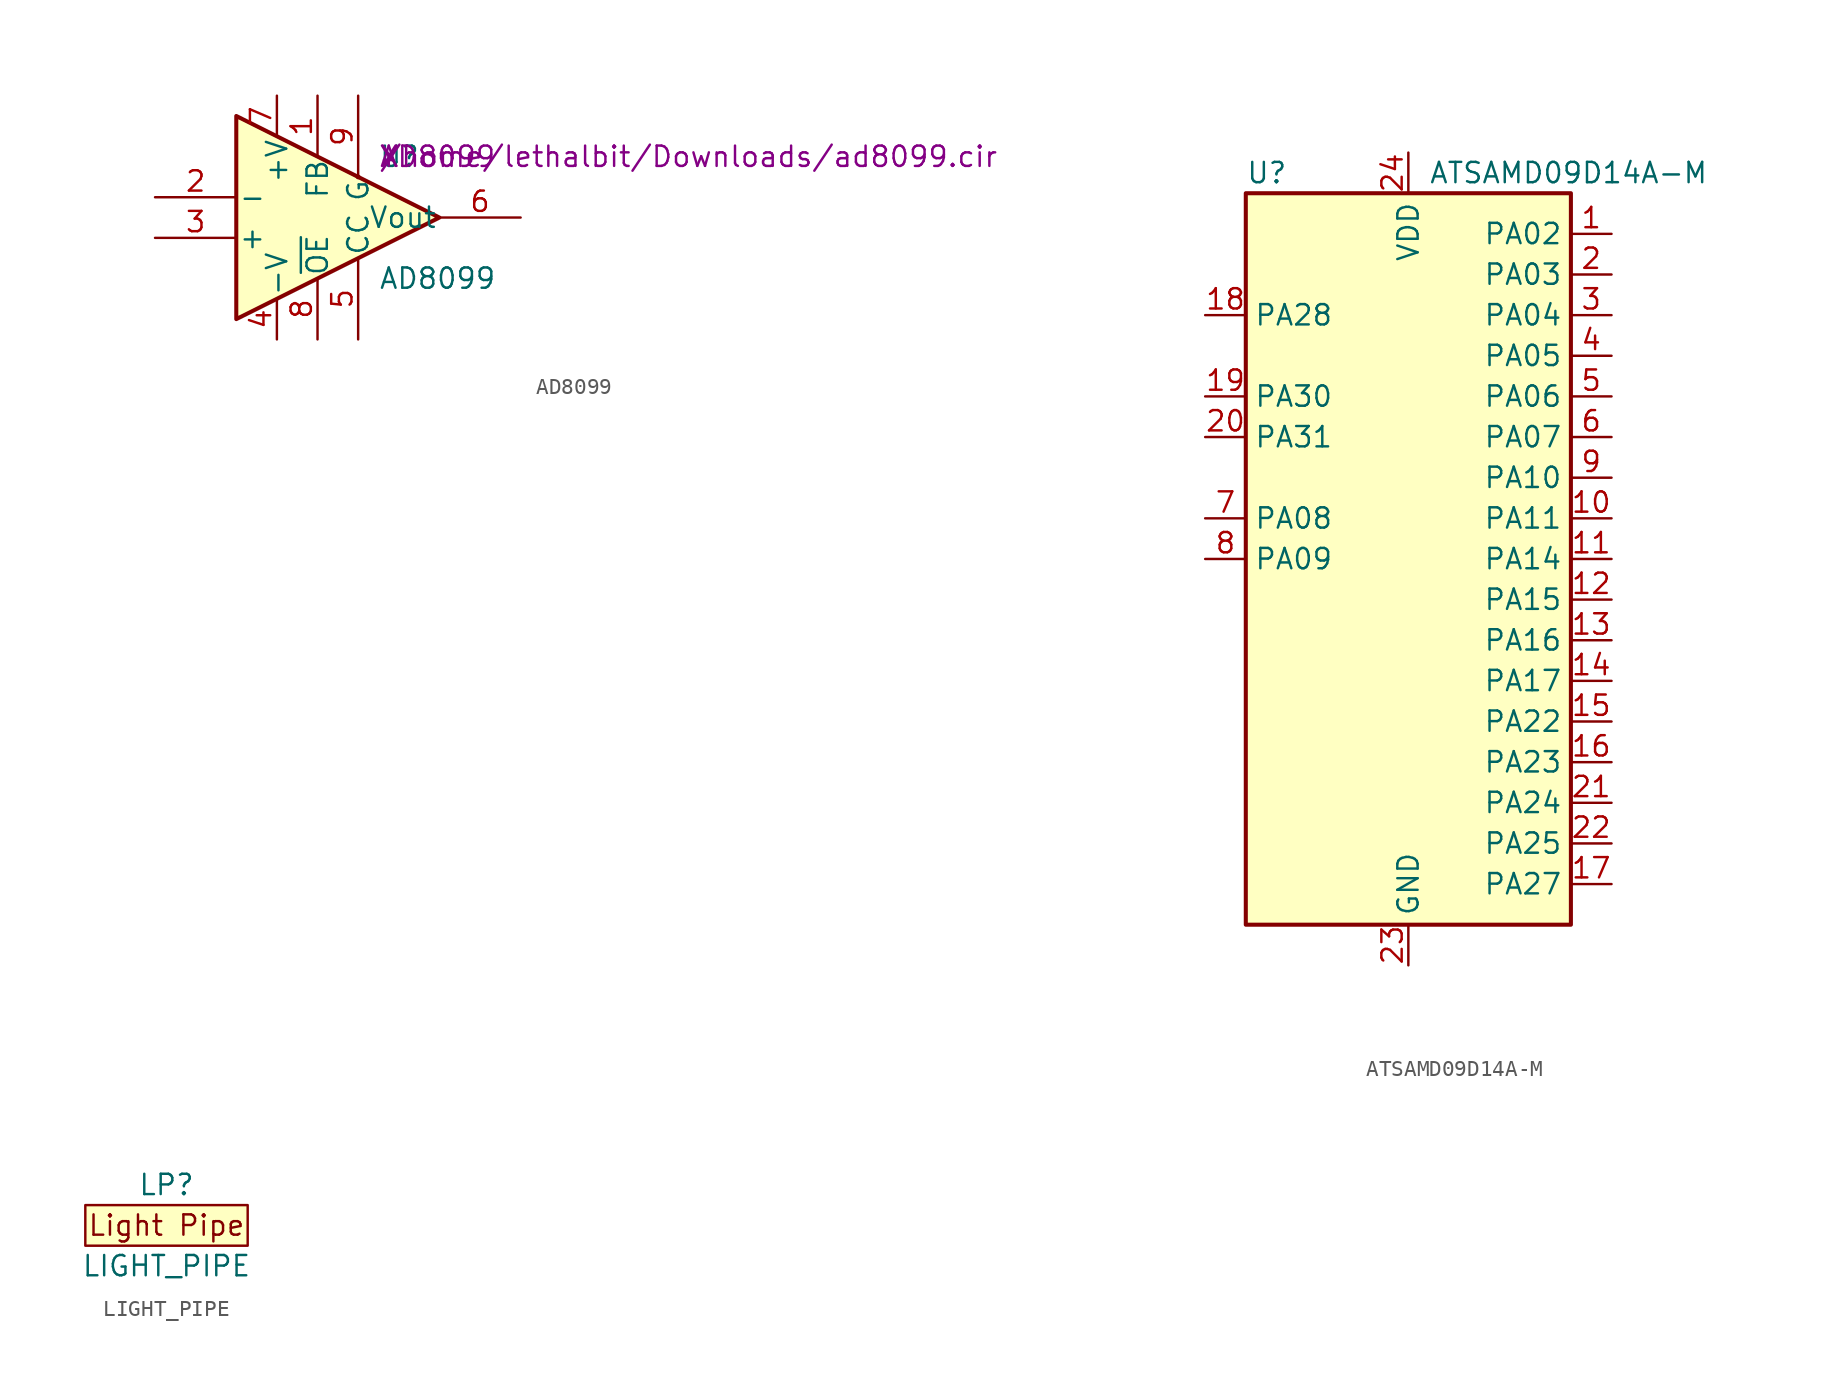
<source format=kicad_sym>
(kicad_symbol_lib
  (version 20211014)
  (generator kicad_symbol_editor)
  (symbol "AD8099"
    (pin_names
      (offset 0.127))
    (property "Reference" "U"
      (at 3.81 3.81 0)
      (effects (font (size 1.27 1.27)) (justify left)))
    (property "Value" "AD8099"
      (at 3.81 -3.81 0)
      (effects (font (size 1.27 1.27)) (justify left)))
    (property "Spice_Primitive" "X"
      (at 3.81 3.81 0)
      (effects (font (size 1.27 1.27)) (justify left)))
    (property "Spice_Model" "AD8099"
      (at 3.81 3.81 0)
      (effects (font (size 1.27 1.27)) (justify left)))
    (property "Spice_Netlist_Enabled" "Y"
      (at 3.81 3.81 0)
      (effects (font (size 1.27 1.27)) (justify left)))
    (property "Spice_Lib_File" "/home/lethalbit/Downloads/ad8099.cir"
      (at 3.81 3.81 0)
      (effects (font (size 1.27 1.27)) (justify left)))
    (symbol "AD8099_0_1"
      (polyline (pts (xy -5.08 6.35) (xy -5.08 -6.35) (xy 7.62 0) (xy -5.08 6.35)) (stroke (width 0.254) (type default) (color 0 0 0 0)) (fill (type background)))
      (circle (center 2.54 2.54) (radius 0.0001) (stroke (width 0) (type default) (color 0 0 0 0)) (fill (type none))))
    (symbol "AD8099_1_1"
      (pin input line (at 0 7.62 270) (length 3.81) (name "FB" (effects (font (size 1.27 1.27)))) (number "1" (effects (font (size 1.27 1.27)))))
      (pin input line (at -10.16 1.27 0) (length 5.08) (name "-" (effects (font (size 1.27 1.27)))) (number "2" (effects (font (size 1.27 1.27)))))
      (pin input line (at -10.16 -1.27 0) (length 5.08) (name "+" (effects (font (size 1.27 1.27)))) (number "3" (effects (font (size 1.27 1.27)))))
      (pin power_in line (at -2.54 -7.62 90) (length 2.54) (name "-V" (effects (font (size 1.27 1.27)))) (number "4" (effects (font (size 1.27 1.27)))))
      (pin passive line (at 2.54 -7.62 90) (length 5.08) (name "CC" (effects (font (size 1.27 1.27)))) (number "5" (effects (font (size 1.27 1.27)))))
      (pin output line (at 12.7 0 180) (length 5.08) (name "Vout" (effects (font (size 1.27 1.27)))) (number "6" (effects (font (size 1.27 1.27)))))
      (pin power_in line (at -2.54 7.62 270) (length 2.54) (name "+V" (effects (font (size 1.27 1.27)))) (number "7" (effects (font (size 1.27 1.27)))))
      (pin input line (at 0 -7.62 90) (length 3.81) (name "~{OE}" (effects (font (size 1.27 1.27)))) (number "8" (effects (font (size 1.27 1.27)))))
      (pin passive line (at 2.54 7.62 270) (length 5.08) (name "G" (effects (font (size 1.27 1.27)))) (number "9" (effects (font (size 1.27 1.27)))))))
  (symbol "ATSAMD09D14A-M"
    (property "Reference" "U"
      (at -10.16 24.13 0)
      (effects (font (size 1.27 1.27)) (justify left)))
    (property "Value" "ATSAMD09D14A-M"
      (at 1.27 24.13 0)
      (effects (font (size 1.27 1.27)) (justify left)))
    (symbol "ATSAMD09D14A-M_0_1"
      (rectangle (start -10.16 22.86) (end 10.16 -22.86) (stroke (width 0.254) (type default) (color 0 0 0 0)) (fill (type background))))
    (symbol "ATSAMD09D14A-M_1_1"
      (pin bidirectional line (at 12.7 20.32 180) (length 2.54) (name "PA02" (effects (font (size 1.27 1.27)))) (number "1" (effects (font (size 1.27 1.27)))) (alternate "AIN0" input line) (alternate "EXTINT2" input line))
      (pin bidirectional line (at 12.7 2.54 180) (length 2.54) (name "PA11" (effects (font (size 1.27 1.27)))) (number "10" (effects (font (size 1.27 1.27)))))
      (pin bidirectional line (at 12.7 0 180) (length 2.54) (name "PA14" (effects (font (size 1.27 1.27)))) (number "11" (effects (font (size 1.27 1.27)))))
      (pin bidirectional line (at 12.7 -2.54 180) (length 2.54) (name "PA15" (effects (font (size 1.27 1.27)))) (number "12" (effects (font (size 1.27 1.27)))))
      (pin bidirectional line (at 12.7 -5.08 180) (length 2.54) (name "PA16" (effects (font (size 1.27 1.27)))) (number "13" (effects (font (size 1.27 1.27)))))
      (pin bidirectional line (at 12.7 -7.62 180) (length 2.54) (name "PA17" (effects (font (size 1.27 1.27)))) (number "14" (effects (font (size 1.27 1.27)))))
      (pin bidirectional line (at 12.7 -10.16 180) (length 2.54) (name "PA22" (effects (font (size 1.27 1.27)))) (number "15" (effects (font (size 1.27 1.27)))))
      (pin bidirectional line (at 12.7 -12.7 180) (length 2.54) (name "PA23" (effects (font (size 1.27 1.27)))) (number "16" (effects (font (size 1.27 1.27)))))
      (pin bidirectional line (at 12.7 -20.32 180) (length 2.54) (name "PA27" (effects (font (size 1.27 1.27)))) (number "17" (effects (font (size 1.27 1.27)))))
      (pin bidirectional line (at -12.7 15.24 0) (length 2.54) (name "PA28" (effects (font (size 1.27 1.27)))) (number "18" (effects (font (size 1.27 1.27)))) (alternate "~{RST}" input line))
      (pin bidirectional line (at -12.7 10.16 0) (length 2.54) (name "PA30" (effects (font (size 1.27 1.27)))) (number "19" (effects (font (size 1.27 1.27)))) (alternate "SWCLK" input clock))
      (pin bidirectional line (at 12.7 17.78 180) (length 2.54) (name "PA03" (effects (font (size 1.27 1.27)))) (number "2" (effects (font (size 1.27 1.27)))) (alternate "AIN1" input line) (alternate "EXTINT3" input line) (alternate "VREFA" power_in line))
      (pin bidirectional line (at -12.7 7.62 0) (length 2.54) (name "PA31" (effects (font (size 1.27 1.27)))) (number "20" (effects (font (size 1.27 1.27)))) (alternate "SWDIO" bidirectional line))
      (pin bidirectional line (at 12.7 -15.24 180) (length 2.54) (name "PA24" (effects (font (size 1.27 1.27)))) (number "21" (effects (font (size 1.27 1.27)))))
      (pin bidirectional line (at 12.7 -17.78 180) (length 2.54) (name "PA25" (effects (font (size 1.27 1.27)))) (number "22" (effects (font (size 1.27 1.27)))))
      (pin power_in line (at 0 -25.4 90) (length 2.54) (name "GND" (effects (font (size 1.27 1.27)))) (number "23" (effects (font (size 1.27 1.27)))))
      (pin power_in line (at 0 25.4 270) (length 2.54) (name "VDD" (effects (font (size 1.27 1.27)))) (number "24" (effects (font (size 1.27 1.27)))))
      (pin passive line (at 0 -25.4 90) (length 2.54) hide (name "GND" (effects (font (size 1.27 1.27)))) (number "25" (effects (font (size 1.27 1.27)))))
      (pin bidirectional line (at 12.7 15.24 180) (length 2.54) (name "PA04" (effects (font (size 1.27 1.27)))) (number "3" (effects (font (size 1.27 1.27)))) (alternate "AIN2" input line) (alternate "EXTINT4" input line) (alternate "SERCCOM0_2" bidirectional line) (alternate "SERCOM0_0" bidirectional line) (alternate "TC1/WO0" bidirectional line) (alternate "VREFB" power_in line))
      (pin bidirectional line (at 12.7 12.7 180) (length 2.54) (name "PA05" (effects (font (size 1.27 1.27)))) (number "4" (effects (font (size 1.27 1.27)))))
      (pin bidirectional line (at 12.7 10.16 180) (length 2.54) (name "PA06" (effects (font (size 1.27 1.27)))) (number "5" (effects (font (size 1.27 1.27)))))
      (pin bidirectional line (at 12.7 7.62 180) (length 2.54) (name "PA07" (effects (font (size 1.27 1.27)))) (number "6" (effects (font (size 1.27 1.27)))))
      (pin bidirectional line (at -12.7 2.54 0) (length 2.54) (name "PA08" (effects (font (size 1.27 1.27)))) (number "7" (effects (font (size 1.27 1.27)))) (alternate "XIN" input clock))
      (pin bidirectional line (at -12.7 0 0) (length 2.54) (name "PA09" (effects (font (size 1.27 1.27)))) (number "8" (effects (font (size 1.27 1.27)))) (alternate "XOUT" output clock))
      (pin bidirectional line (at 12.7 5.08 180) (length 2.54) (name "PA10" (effects (font (size 1.27 1.27)))) (number "9" (effects (font (size 1.27 1.27)))))))
  (symbol "LIGHT_PIPE"
    (pin_names
      (offset 1.016))
    (property "Reference" "LP"
      (at 0 2.54 0)
      (effects (font (size 1.27 1.27))))
    (property "Value" "LIGHT_PIPE"
      (at 0 -2.54 0)
      (effects (font (size 1.27 1.27))))
    (symbol "LIGHT_PIPE_0_0"
      (rectangle (start 5.08 1.27) (end -5.08 -1.27) (stroke (width 0) (type default) (color 0 0 0 0)) (fill (type background)))
      (text "Light Pipe" (at 0 0 0) (effects (font (size 1.27 1.27)))))))
</source>
